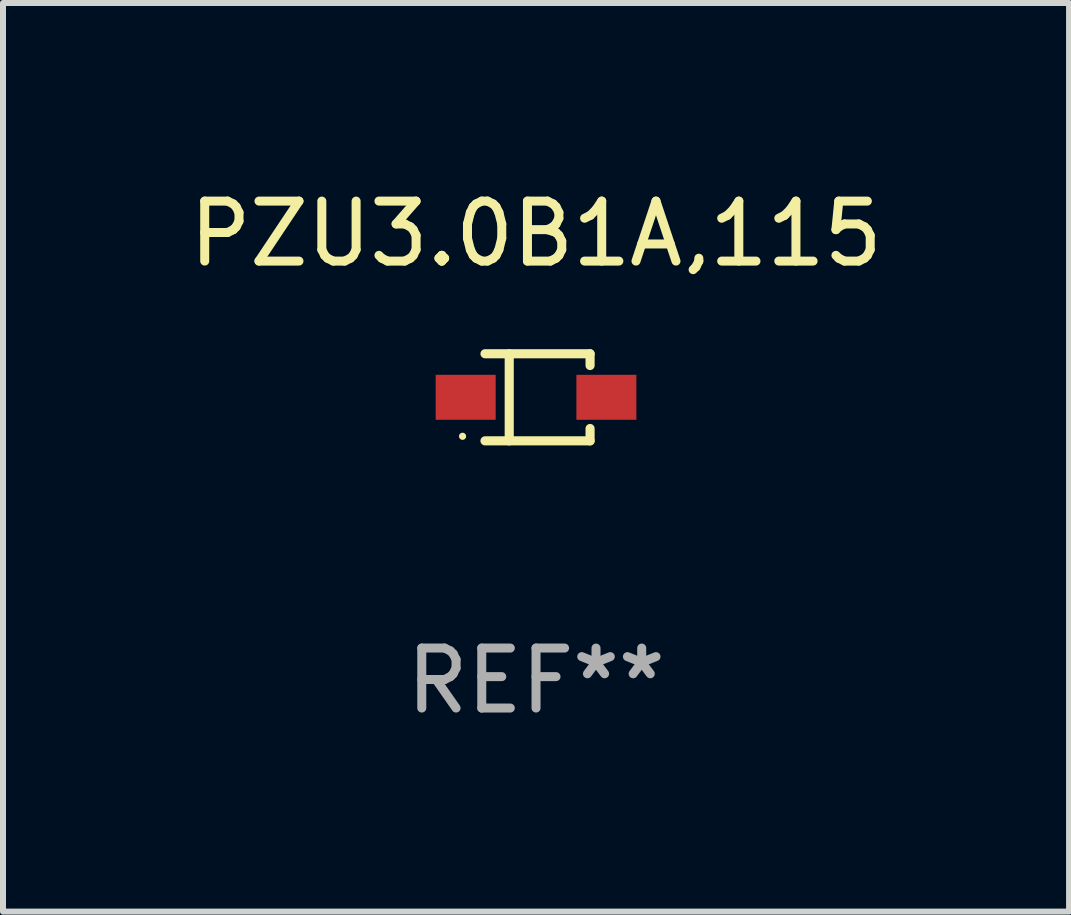
<source format=kicad_pcb>
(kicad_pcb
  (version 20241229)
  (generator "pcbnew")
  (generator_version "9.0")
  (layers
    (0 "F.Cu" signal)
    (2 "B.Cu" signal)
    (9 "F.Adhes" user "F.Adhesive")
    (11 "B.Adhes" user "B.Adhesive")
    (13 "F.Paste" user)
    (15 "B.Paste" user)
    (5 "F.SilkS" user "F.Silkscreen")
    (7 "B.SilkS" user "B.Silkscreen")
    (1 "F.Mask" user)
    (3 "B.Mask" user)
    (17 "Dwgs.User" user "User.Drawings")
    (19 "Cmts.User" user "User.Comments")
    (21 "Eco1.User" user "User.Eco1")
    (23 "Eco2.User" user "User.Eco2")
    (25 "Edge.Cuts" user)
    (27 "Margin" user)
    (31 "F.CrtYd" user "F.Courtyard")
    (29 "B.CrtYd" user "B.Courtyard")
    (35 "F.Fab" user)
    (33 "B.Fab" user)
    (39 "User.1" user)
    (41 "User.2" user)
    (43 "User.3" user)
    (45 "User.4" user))
  (footprint "PZU3.0B1A,115"
    (layer "F.Cu")
    (at 5.887 3.574)
    (property "Reference" "PZU3.0B1A,115" (at 0 -2.726 0) (layer "F.SilkS") (effects (font (size 1 1) (thickness 0.15))))
    (attr through_hole)
    (fp_line (start -0.851 -0.726) (end 0.901 -0.726) (stroke (width 0.152) (type solid)) (layer "F.SilkS"))
    (fp_line (start -0.851 0.726) (end 0.901 0.726) (stroke (width 0.152) (type solid)) (layer "F.SilkS"))
    (fp_line (start -0.447 -0.726) (end -0.447 0.726) (stroke (width 0.152) (type solid)) (layer "F.SilkS"))
    (fp_line (start 0.901 -0.726) (end 0.901 -0.53) (stroke (width 0.152) (type solid)) (layer "F.SilkS"))
    (fp_line (start 0.901 0.726) (end 0.901 0.52) (stroke (width 0.152) (type solid)) (layer "F.SilkS"))
    (fp_circle (center -1.225 0.65) (end -1.195 0.65) (stroke (width 0.06) (type solid)) (fill no) (layer "F.SilkS"))
    (fp_text user "REF**" (at 0 4.726 0) (layer "F.Fab") (effects (font (size 1 1) (thickness 0.15))))
    (pad "1" smd rect (at -1.173 0) (size 1 0.75) (layers "F.Cu" "F.Mask" "F.Paste"))
    (pad "2" smd rect (at 1.173 0) (size 1 0.75) (layers "F.Cu" "F.Mask" "F.Paste")))
  (gr_rect
    (start -3 -3)
    (end 14.774 12.149)
    (stroke (width 0.1) (type default))
    (fill no)
    (layer "Edge.Cuts")))
</source>
